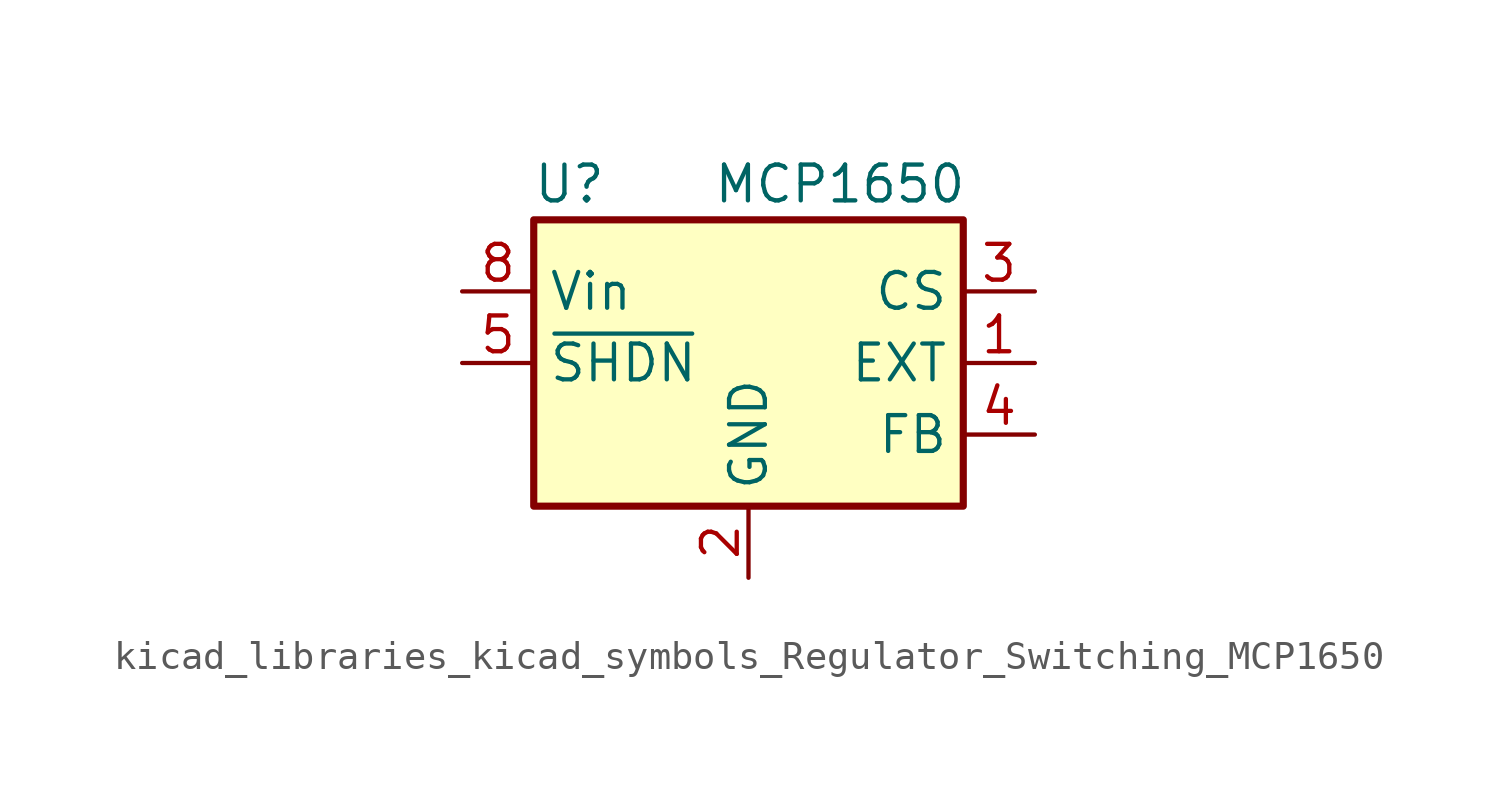
<source format=kicad_sym>
(kicad_symbol_lib
  (version 20220914)
  (generator kicad_symbol_editor)
  (symbol "kicad_libraries_kicad_symbols_Regulator_Switching_MCP1650"
    (property "Reference" "U"
      (at -6.35 6.35 0)
      (effects (font (size 1.27 1.27))))
    (property "Value" "MCP1650"
      (at -1.27 6.35 0)
      (effects (font (size 1.27 1.27)) (justify left)))
    (symbol "kicad_libraries_kicad_symbols_Regulator_Switching_MCP1650_0_1"
      (rectangle (start -7.62 5.08) (end 7.62 -5.08) (stroke (width 0.254) (type default)) (fill (type background))))
    (symbol "kicad_libraries_kicad_symbols_Regulator_Switching_MCP1650_1_1"
      (pin open_emitter line (at 10.16 0 180) (length 2.54) (name "EXT" (effects (font (size 1.27 1.27)))) (number "1" (effects (font (size 1.27 1.27)))))
      (pin power_in line (at 0 -7.62 90) (length 2.54) (name "GND" (effects (font (size 1.27 1.27)))) (number "2" (effects (font (size 1.27 1.27)))))
      (pin input line (at 10.16 2.54 180) (length 2.54) (name "CS" (effects (font (size 1.27 1.27)))) (number "3" (effects (font (size 1.27 1.27)))))
      (pin input line (at 10.16 -2.54 180) (length 2.54) (name "FB" (effects (font (size 1.27 1.27)))) (number "4" (effects (font (size 1.27 1.27)))))
      (pin input line (at -10.16 0 0) (length 2.54) (name "~{SHDN}" (effects (font (size 1.27 1.27)))) (number "5" (effects (font (size 1.27 1.27)))))
      (pin no_connect line (at -2.54 -5.08 90) (length 2.54) hide (name "NC" (effects (font (size 1.27 1.27)))) (number "6" (effects (font (size 1.27 1.27)))))
      (pin no_connect line (at -7.62 -2.54 0) (length 2.54) hide (name "NC" (effects (font (size 1.27 1.27)))) (number "7" (effects (font (size 1.27 1.27)))))
      (pin power_in line (at -10.16 2.54 0) (length 2.54) (name "Vin" (effects (font (size 1.27 1.27)))) (number "8" (effects (font (size 1.27 1.27))))))))
</source>
